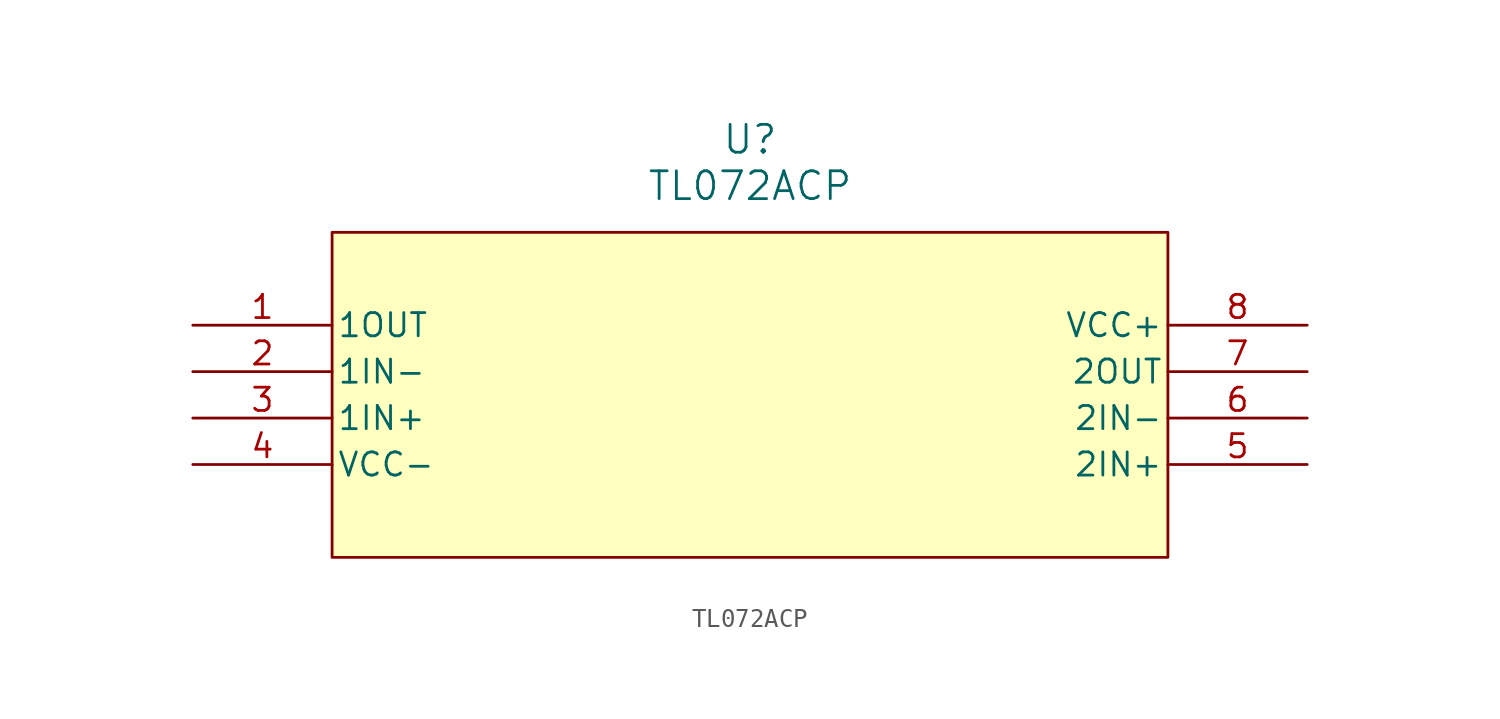
<source format=kicad_sym>
(kicad_symbol_lib
  (version 20241209)
  (generator "kicad_symbol_editor")
  (generator_version "9.0")
  (symbol "TL072ACP"
    (pin_names
      (offset 0.254))
    (property "Reference" "U"
      (at 30.48 10.16 0)
      (effects (font (size 1.524 1.524))))
    (property "Value" "TL072ACP"
      (at 30.48 7.62 0)
      (effects (font (size 1.524 1.524))))
    (symbol "TL072ACP_0_1"
      (pin output line (at 0 0 0) (length 7.62) (name "1OUT" (effects (font (size 1.27 1.27)))) (number "1" (effects (font (size 1.27 1.27)))))
      (pin input line (at 0 -2.54 0) (length 7.62) (name "1IN-" (effects (font (size 1.27 1.27)))) (number "2" (effects (font (size 1.27 1.27)))))
      (pin input line (at 0 -5.08 0) (length 7.62) (name "1IN+" (effects (font (size 1.27 1.27)))) (number "3" (effects (font (size 1.27 1.27)))))
      (pin power_in line (at 0 -7.62 0) (length 7.62) (name "VCC-" (effects (font (size 1.27 1.27)))) (number "4" (effects (font (size 1.27 1.27)))))
      (pin power_in line (at 60.96 0 180) (length 7.62) (name "VCC+" (effects (font (size 1.27 1.27)))) (number "8" (effects (font (size 1.27 1.27)))))
      (pin output line (at 60.96 -2.54 180) (length 7.62) (name "2OUT" (effects (font (size 1.27 1.27)))) (number "7" (effects (font (size 1.27 1.27)))))
      (pin input line (at 60.96 -5.08 180) (length 7.62) (name "2IN-" (effects (font (size 1.27 1.27)))) (number "6" (effects (font (size 1.27 1.27)))))
      (pin input line (at 60.96 -7.62 180) (length 7.62) (name "2IN+" (effects (font (size 1.27 1.27)))) (number "5" (effects (font (size 1.27 1.27))))))
    (symbol "TL072ACP_1_1"
      (rectangle (start 7.62 5.08) (end 53.34 -12.7) (stroke (width 0) (type solid)) (fill (type color) (color 255 255 0 0.25))))))
</source>
